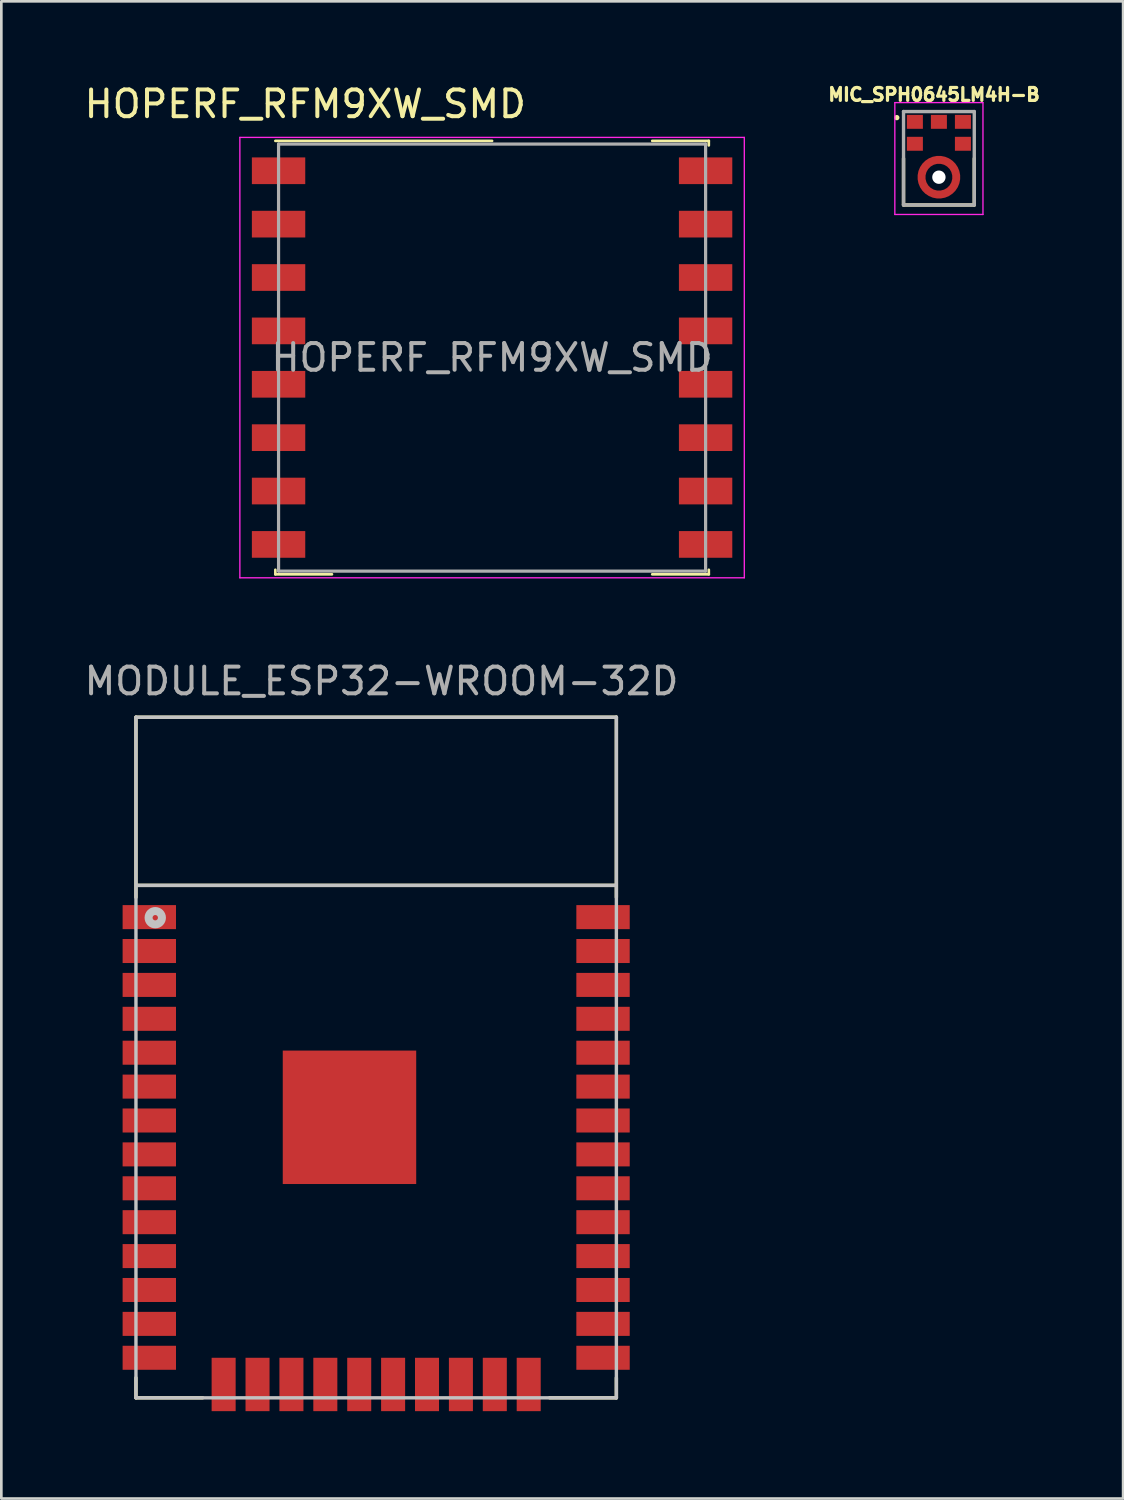
<source format=kicad_pcb>
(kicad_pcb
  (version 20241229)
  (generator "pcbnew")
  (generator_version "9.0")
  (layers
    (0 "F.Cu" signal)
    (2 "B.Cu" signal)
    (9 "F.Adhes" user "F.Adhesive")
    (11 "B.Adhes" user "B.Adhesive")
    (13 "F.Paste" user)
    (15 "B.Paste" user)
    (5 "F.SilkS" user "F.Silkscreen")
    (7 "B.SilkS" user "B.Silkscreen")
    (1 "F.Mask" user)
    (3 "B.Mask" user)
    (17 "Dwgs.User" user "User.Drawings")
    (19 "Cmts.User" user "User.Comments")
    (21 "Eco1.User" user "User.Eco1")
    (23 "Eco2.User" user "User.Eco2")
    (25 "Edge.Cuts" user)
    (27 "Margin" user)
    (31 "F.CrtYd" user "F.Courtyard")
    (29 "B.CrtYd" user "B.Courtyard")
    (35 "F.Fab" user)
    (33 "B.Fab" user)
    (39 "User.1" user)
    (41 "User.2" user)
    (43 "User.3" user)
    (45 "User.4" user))
  (footprint "MIC_SPH0645LM4H-B"
    (layer "F.Cu")
    (at 32.128 3.589)
    (property "Reference" "MIC_SPH0645LM4H-B" (at -0.182 -3.095 0) (layer "F.SilkS") (effects (font (size 0.482 0.482) (thickness 0.15))))
    (attr through_hole)
    (fp_line (start -1.325 1.04) (end -1.325 -0.7) (stroke (width 0.127) (type solid)) (layer "F.SilkS"))
    (fp_line (start 1.325 -0.7) (end 1.325 1.04) (stroke (width 0.127) (type solid)) (layer "F.SilkS"))
    (fp_line (start 1.325 1.04) (end -1.325 1.04) (stroke (width 0.127) (type solid)) (layer "F.SilkS"))
    (fp_circle (center -1.578 -2.232) (end -1.528 -2.232) (stroke (width 0.1) (type solid)) (fill no) (layer "F.SilkS"))
    (fp_line (start -1.651 -2.794) (end 1.651 -2.794) (stroke (width 0.05) (type solid)) (layer "F.CrtYd"))
    (fp_line (start -1.651 1.397) (end -1.651 -2.794) (stroke (width 0.05) (type solid)) (layer "F.CrtYd"))
    (fp_line (start 1.651 -2.794) (end 1.651 1.397) (stroke (width 0.05) (type solid)) (layer "F.CrtYd"))
    (fp_line (start 1.651 1.397) (end -1.651 1.397) (stroke (width 0.05) (type solid)) (layer "F.CrtYd"))
    (fp_line (start -1.325 -2.46) (end 1.325 -2.46) (stroke (width 0.127) (type solid)) (layer "F.Fab"))
    (fp_line (start -1.325 1.04) (end -1.325 -2.46) (stroke (width 0.127) (type solid)) (layer "F.Fab"))
    (fp_line (start 1.325 -2.46) (end 1.325 1.04) (stroke (width 0.127) (type solid)) (layer "F.Fab"))
    (fp_line (start 1.325 1.04) (end -1.325 1.04) (stroke (width 0.127) (type solid)) (layer "F.Fab"))
    (pad "" np_thru_hole circle (at 0 0) (size 0.5 0.5) (drill 0.5) (layers "*.Cu" "*.Mask"))
    (pad "1" smd rect (at -0.9 -2.074) (size 0.6 0.522) (layers "F.Cu" "F.Mask" "F.Paste"))
    (pad "2" smd rect (at -0.9 -1.252) (size 0.6 0.522) (layers "F.Cu" "F.Mask" "F.Paste"))
    (pad "3" smd custom (at 0 0 90) (size 0.001 0.001) (layers "F.Cu" "F.Mask") (options (anchor circle)) (primitives (gr_circle (center 0 0) (end 0.65 0) (width 0.3) (fill no))))
    (pad "4" smd rect (at 0.9 -1.252) (size 0.6 0.522) (layers "F.Cu" "F.Mask" "F.Paste"))
    (pad "5" smd rect (at 0.9 -2.074) (size 0.6 0.522) (layers "F.Cu" "F.Mask" "F.Paste"))
    (pad "6" smd rect (at 0 -2.074) (size 0.6 0.522) (layers "F.Cu" "F.Mask" "F.Paste")))
  (footprint "MODULE_ESP32-WROOM-32D"
    (layer "F.Cu")
    (at 11.044 36.572)
    (property "Reference" "MODULE_ESP32-WROOM-32D" (at 0.2 -14.1 0) (layer "F.Fab") (effects (font (size 1 1) (thickness 0.15))))
    (attr smd)
    (fp_line (start -9 -12.75) (end 9 -12.75) (stroke (width 0.127) (type solid)) (layer "F.SilkS"))
    (fp_line (start -9 -6) (end -9 -12.75) (stroke (width 0.127) (type solid)) (layer "F.SilkS"))
    (fp_line (start -9 12) (end -9 12.75) (stroke (width 0.127) (type solid)) (layer "F.SilkS"))
    (fp_line (start -9 12.75) (end -6.5 12.75) (stroke (width 0.127) (type solid)) (layer "F.SilkS"))
    (fp_line (start -8.96 -6.45) (end 8.96 -6.45) (stroke (width 0.127) (type solid)) (layer "F.SilkS"))
    (fp_line (start 6.5 12.75) (end 9 12.75) (stroke (width 0.127) (type solid)) (layer "F.SilkS"))
    (fp_line (start 9 -12.75) (end 9 -6) (stroke (width 0.127) (type solid)) (layer "F.SilkS"))
    (fp_line (start 9 12) (end 9 12.75) (stroke (width 0.127) (type solid)) (layer "F.SilkS"))
    (fp_poly (pts (xy -2.584 0.659) (xy 0.581 0.659) (xy 0.581 3.825) (xy -2.584 3.825)) (stroke (width 0) (type solid)) (fill yes) (layer "F.Paste"))
    (fp_line (start -9 -12.75) (end 9 -12.75) (stroke (width 0.127) (type solid)) (layer "Dwgs.User"))
    (fp_line (start -9 12.75) (end -9 -12.75) (stroke (width 0.127) (type solid)) (layer "Dwgs.User"))
    (fp_line (start -8.96 -6.45) (end 8.96 -6.45) (stroke (width 0.127) (type solid)) (layer "Dwgs.User"))
    (fp_line (start 9 -12.75) (end 9 12.75) (stroke (width 0.127) (type solid)) (layer "Dwgs.User"))
    (fp_line (start 9 12.75) (end -9 12.75) (stroke (width 0.127) (type solid)) (layer "Dwgs.User"))
    (fp_circle (center -8.277 -5.238) (end -8.177 -5.238) (stroke (width 0.3) (type solid)) (fill no) (layer "Dwgs.User"))
    (fp_line (start -9.75 -6) (end -9.25 -6) (stroke (width 0.05) (type solid)) (layer "Eco1.User"))
    (fp_line (start -9.75 13.5) (end -9.75 -6) (stroke (width 0.05) (type solid)) (layer "Eco1.User"))
    (fp_line (start -9.25 -13) (end 9.25 -13) (stroke (width 0.05) (type solid)) (layer "Eco1.User"))
    (fp_line (start -9.25 -6) (end -9.25 -13) (stroke (width 0.05) (type solid)) (layer "Eco1.User"))
    (fp_line (start 9.25 -13) (end 9.25 -6) (stroke (width 0.05) (type solid)) (layer "Eco1.User"))
    (fp_line (start 9.25 -6) (end 9.75 -6) (stroke (width 0.05) (type solid)) (layer "Eco1.User"))
    (fp_line (start 9.75 -6) (end 9.75 13.5) (stroke (width 0.05) (type solid)) (layer "Eco1.User"))
    (fp_line (start 9.75 13.5) (end -9.75 13.5) (stroke (width 0.05) (type solid)) (layer "Eco1.User"))
    (pad "1" smd rect (at -8.5 -5.26) (size 2 0.9) (layers "F.Cu" "F.Mask" "F.Paste"))
    (pad "2" smd rect (at -8.5 -3.99) (size 2 0.9) (layers "F.Cu" "F.Mask" "F.Paste"))
    (pad "3" smd rect (at -8.5 -2.72) (size 2 0.9) (layers "F.Cu" "F.Mask" "F.Paste"))
    (pad "4" smd rect (at -8.5 -1.45) (size 2 0.9) (layers "F.Cu" "F.Mask" "F.Paste"))
    (pad "5" smd rect (at -8.5 -0.18) (size 2 0.9) (layers "F.Cu" "F.Mask" "F.Paste"))
    (pad "6" smd rect (at -8.5 1.09) (size 2 0.9) (layers "F.Cu" "F.Mask" "F.Paste"))
    (pad "7" smd rect (at -8.5 2.36) (size 2 0.9) (layers "F.Cu" "F.Mask" "F.Paste"))
    (pad "8" smd rect (at -8.5 3.63) (size 2 0.9) (layers "F.Cu" "F.Mask" "F.Paste"))
    (pad "9" smd rect (at -8.5 4.9) (size 2 0.9) (layers "F.Cu" "F.Mask" "F.Paste"))
    (pad "10" smd rect (at -8.5 6.17) (size 2 0.9) (layers "F.Cu" "F.Mask" "F.Paste"))
    (pad "11" smd rect (at -8.5 7.44) (size 2 0.9) (layers "F.Cu" "F.Mask" "F.Paste"))
    (pad "12" smd rect (at -8.5 8.71) (size 2 0.9) (layers "F.Cu" "F.Mask" "F.Paste"))
    (pad "13" smd rect (at -8.5 9.98) (size 2 0.9) (layers "F.Cu" "F.Mask" "F.Paste"))
    (pad "14" smd rect (at -8.5 11.25) (size 2 0.9) (layers "F.Cu" "F.Mask" "F.Paste"))
    (pad "15" smd rect (at -5.715 12.25 90) (size 2 0.9) (layers "F.Cu" "F.Mask" "F.Paste"))
    (pad "16" smd rect (at -4.445 12.25 90) (size 2 0.9) (layers "F.Cu" "F.Mask" "F.Paste"))
    (pad "17" smd rect (at -3.175 12.25 90) (size 2 0.9) (layers "F.Cu" "F.Mask" "F.Paste"))
    (pad "18" smd rect (at -1.905 12.25 90) (size 2 0.9) (layers "F.Cu" "F.Mask" "F.Paste"))
    (pad "19" smd rect (at -0.635 12.25 90) (size 2 0.9) (layers "F.Cu" "F.Mask" "F.Paste"))
    (pad "20" smd rect (at 0.635 12.25 90) (size 2 0.9) (layers "F.Cu" "F.Mask" "F.Paste"))
    (pad "21" smd rect (at 1.905 12.25 90) (size 2 0.9) (layers "F.Cu" "F.Mask" "F.Paste"))
    (pad "22" smd rect (at 3.175 12.25 90) (size 2 0.9) (layers "F.Cu" "F.Mask" "F.Paste"))
    (pad "23" smd rect (at 4.445 12.25 90) (size 2 0.9) (layers "F.Cu" "F.Mask" "F.Paste"))
    (pad "24" smd rect (at 5.715 12.25 90) (size 2 0.9) (layers "F.Cu" "F.Mask" "F.Paste"))
    (pad "25" smd rect (at 8.5 11.25 180) (size 2 0.9) (layers "F.Cu" "F.Mask" "F.Paste"))
    (pad "26" smd rect (at 8.5 9.98 180) (size 2 0.9) (layers "F.Cu" "F.Mask" "F.Paste"))
    (pad "27" smd rect (at 8.5 8.71 180) (size 2 0.9) (layers "F.Cu" "F.Mask" "F.Paste"))
    (pad "28" smd rect (at 8.5 7.44 180) (size 2 0.9) (layers "F.Cu" "F.Mask" "F.Paste"))
    (pad "29" smd rect (at 8.5 6.17 180) (size 2 0.9) (layers "F.Cu" "F.Mask" "F.Paste"))
    (pad "30" smd rect (at 8.5 4.9 180) (size 2 0.9) (layers "F.Cu" "F.Mask" "F.Paste"))
    (pad "31" smd rect (at 8.5 3.63 180) (size 2 0.9) (layers "F.Cu" "F.Mask" "F.Paste"))
    (pad "32" smd rect (at 8.5 2.36 180) (size 2 0.9) (layers "F.Cu" "F.Mask" "F.Paste"))
    (pad "33" smd rect (at 8.5 1.09 180) (size 2 0.9) (layers "F.Cu" "F.Mask" "F.Paste"))
    (pad "34" smd rect (at 8.5 -0.18 180) (size 2 0.9) (layers "F.Cu" "F.Mask" "F.Paste"))
    (pad "35" smd rect (at 8.5 -1.45 180) (size 2 0.9) (layers "F.Cu" "F.Mask" "F.Paste"))
    (pad "36" smd rect (at 8.5 -2.72 180) (size 2 0.9) (layers "F.Cu" "F.Mask" "F.Paste"))
    (pad "37" smd rect (at 8.5 -3.99 180) (size 2 0.9) (layers "F.Cu" "F.Mask" "F.Paste"))
    (pad "38" smd rect (at 8.5 -5.26 180) (size 2 0.9) (layers "F.Cu" "F.Mask" "F.Paste"))
    (pad "39" smd rect (at -1 2.24) (size 5 5) (layers "F.Cu" "F.Mask" "F.Paste")))
  (footprint "HOPERF_RFM9XW_SMD"
    (layer "F.Cu")
    (at 15.387 10.348)
    (property "Reference" "HOPERF_RFM9XW_SMD" (at -7 -9.5 0) (layer "F.SilkS") (effects (font (size 1 1) (thickness 0.15))))
    (attr smd)
    (fp_line (start -8.12 -8.12) (end 0 -8.12) (stroke (width 0.1) (type solid)) (layer "F.SilkS"))
    (fp_line (start -8.12 8.12) (end -8.12 7.95) (stroke (width 0.1) (type solid)) (layer "F.SilkS"))
    (fp_line (start -8.12 8.12) (end -6 8.12) (stroke (width 0.1) (type solid)) (layer "F.SilkS"))
    (fp_line (start 6 -8.12) (end 8.12 -8.12) (stroke (width 0.1) (type solid)) (layer "F.SilkS"))
    (fp_line (start 6 8.12) (end 8.12 8.12) (stroke (width 0.1) (type solid)) (layer "F.SilkS"))
    (fp_line (start 8.12 -8.12) (end 8.12 -7.95) (stroke (width 0.1) (type solid)) (layer "F.SilkS"))
    (fp_line (start 8.12 8.12) (end 8.12 7.95) (stroke (width 0.1) (type solid)) (layer "F.SilkS"))
    (fp_line (start -9.45 -8.25) (end 9.45 -8.25) (stroke (width 0.05) (type solid)) (layer "F.CrtYd"))
    (fp_line (start -9.45 8.25) (end -9.45 -8.25) (stroke (width 0.05) (type solid)) (layer "F.CrtYd"))
    (fp_line (start -9.45 8.25) (end 9.45 8.25) (stroke (width 0.05) (type solid)) (layer "F.CrtYd"))
    (fp_line (start 9.45 -8.25) (end 9.45 8.25) (stroke (width 0.05) (type solid)) (layer "F.CrtYd"))
    (fp_line (start -8 -8) (end 8 -8) (stroke (width 0.12) (type solid)) (layer "F.Fab"))
    (fp_line (start -8 8) (end -8 -8) (stroke (width 0.12) (type solid)) (layer "F.Fab"))
    (fp_line (start -8 8) (end 8 8) (stroke (width 0.12) (type solid)) (layer "F.Fab"))
    (fp_line (start 8 8) (end 8 -8) (stroke (width 0.12) (type solid)) (layer "F.Fab"))
    (fp_text user "${REFERENCE}" (at 0 0 0) (layer "F.Fab") (effects (font (size 1 1) (thickness 0.15))))
    (pad "1" smd rect (at -8 -7) (size 2 1) (layers "F.Cu" "F.Mask" "F.Paste"))
    (pad "2" smd rect (at -8 -5) (size 2 1) (layers "F.Cu" "F.Mask" "F.Paste"))
    (pad "3" smd rect (at -8 -3) (size 2 1) (layers "F.Cu" "F.Mask" "F.Paste"))
    (pad "4" smd rect (at -8 -1) (size 2 1) (layers "F.Cu" "F.Mask" "F.Paste"))
    (pad "5" smd rect (at -8 1) (size 2 1) (layers "F.Cu" "F.Mask" "F.Paste"))
    (pad "6" smd rect (at -8 3) (size 2 1) (layers "F.Cu" "F.Mask" "F.Paste"))
    (pad "7" smd rect (at -8 5) (size 2 1) (layers "F.Cu" "F.Mask" "F.Paste"))
    (pad "8" smd rect (at -8 7) (size 2 1) (layers "F.Cu" "F.Mask" "F.Paste"))
    (pad "9" smd rect (at 8 7) (size 2 1) (layers "F.Cu" "F.Mask" "F.Paste"))
    (pad "10" smd rect (at 8 5) (size 2 1) (layers "F.Cu" "F.Mask" "F.Paste"))
    (pad "11" smd rect (at 8 3) (size 2 1) (layers "F.Cu" "F.Mask" "F.Paste"))
    (pad "12" smd rect (at 8 1) (size 2 1) (layers "F.Cu" "F.Mask" "F.Paste"))
    (pad "13" smd rect (at 8 -1) (size 2 1) (layers "F.Cu" "F.Mask" "F.Paste"))
    (pad "14" smd rect (at 8 -3) (size 2 1) (layers "F.Cu" "F.Mask" "F.Paste"))
    (pad "15" smd rect (at 8 -5) (size 2 1) (layers "F.Cu" "F.Mask" "F.Paste"))
    (pad "16" smd rect (at 8 -7) (size 2 1) (layers "F.Cu" "F.Mask" "F.Paste")))
  (gr_rect
    (start -3 -3)
    (end 39.03 53.096)
    (stroke (width 0.1) (type default))
    (fill no)
    (layer "Edge.Cuts")))
</source>
